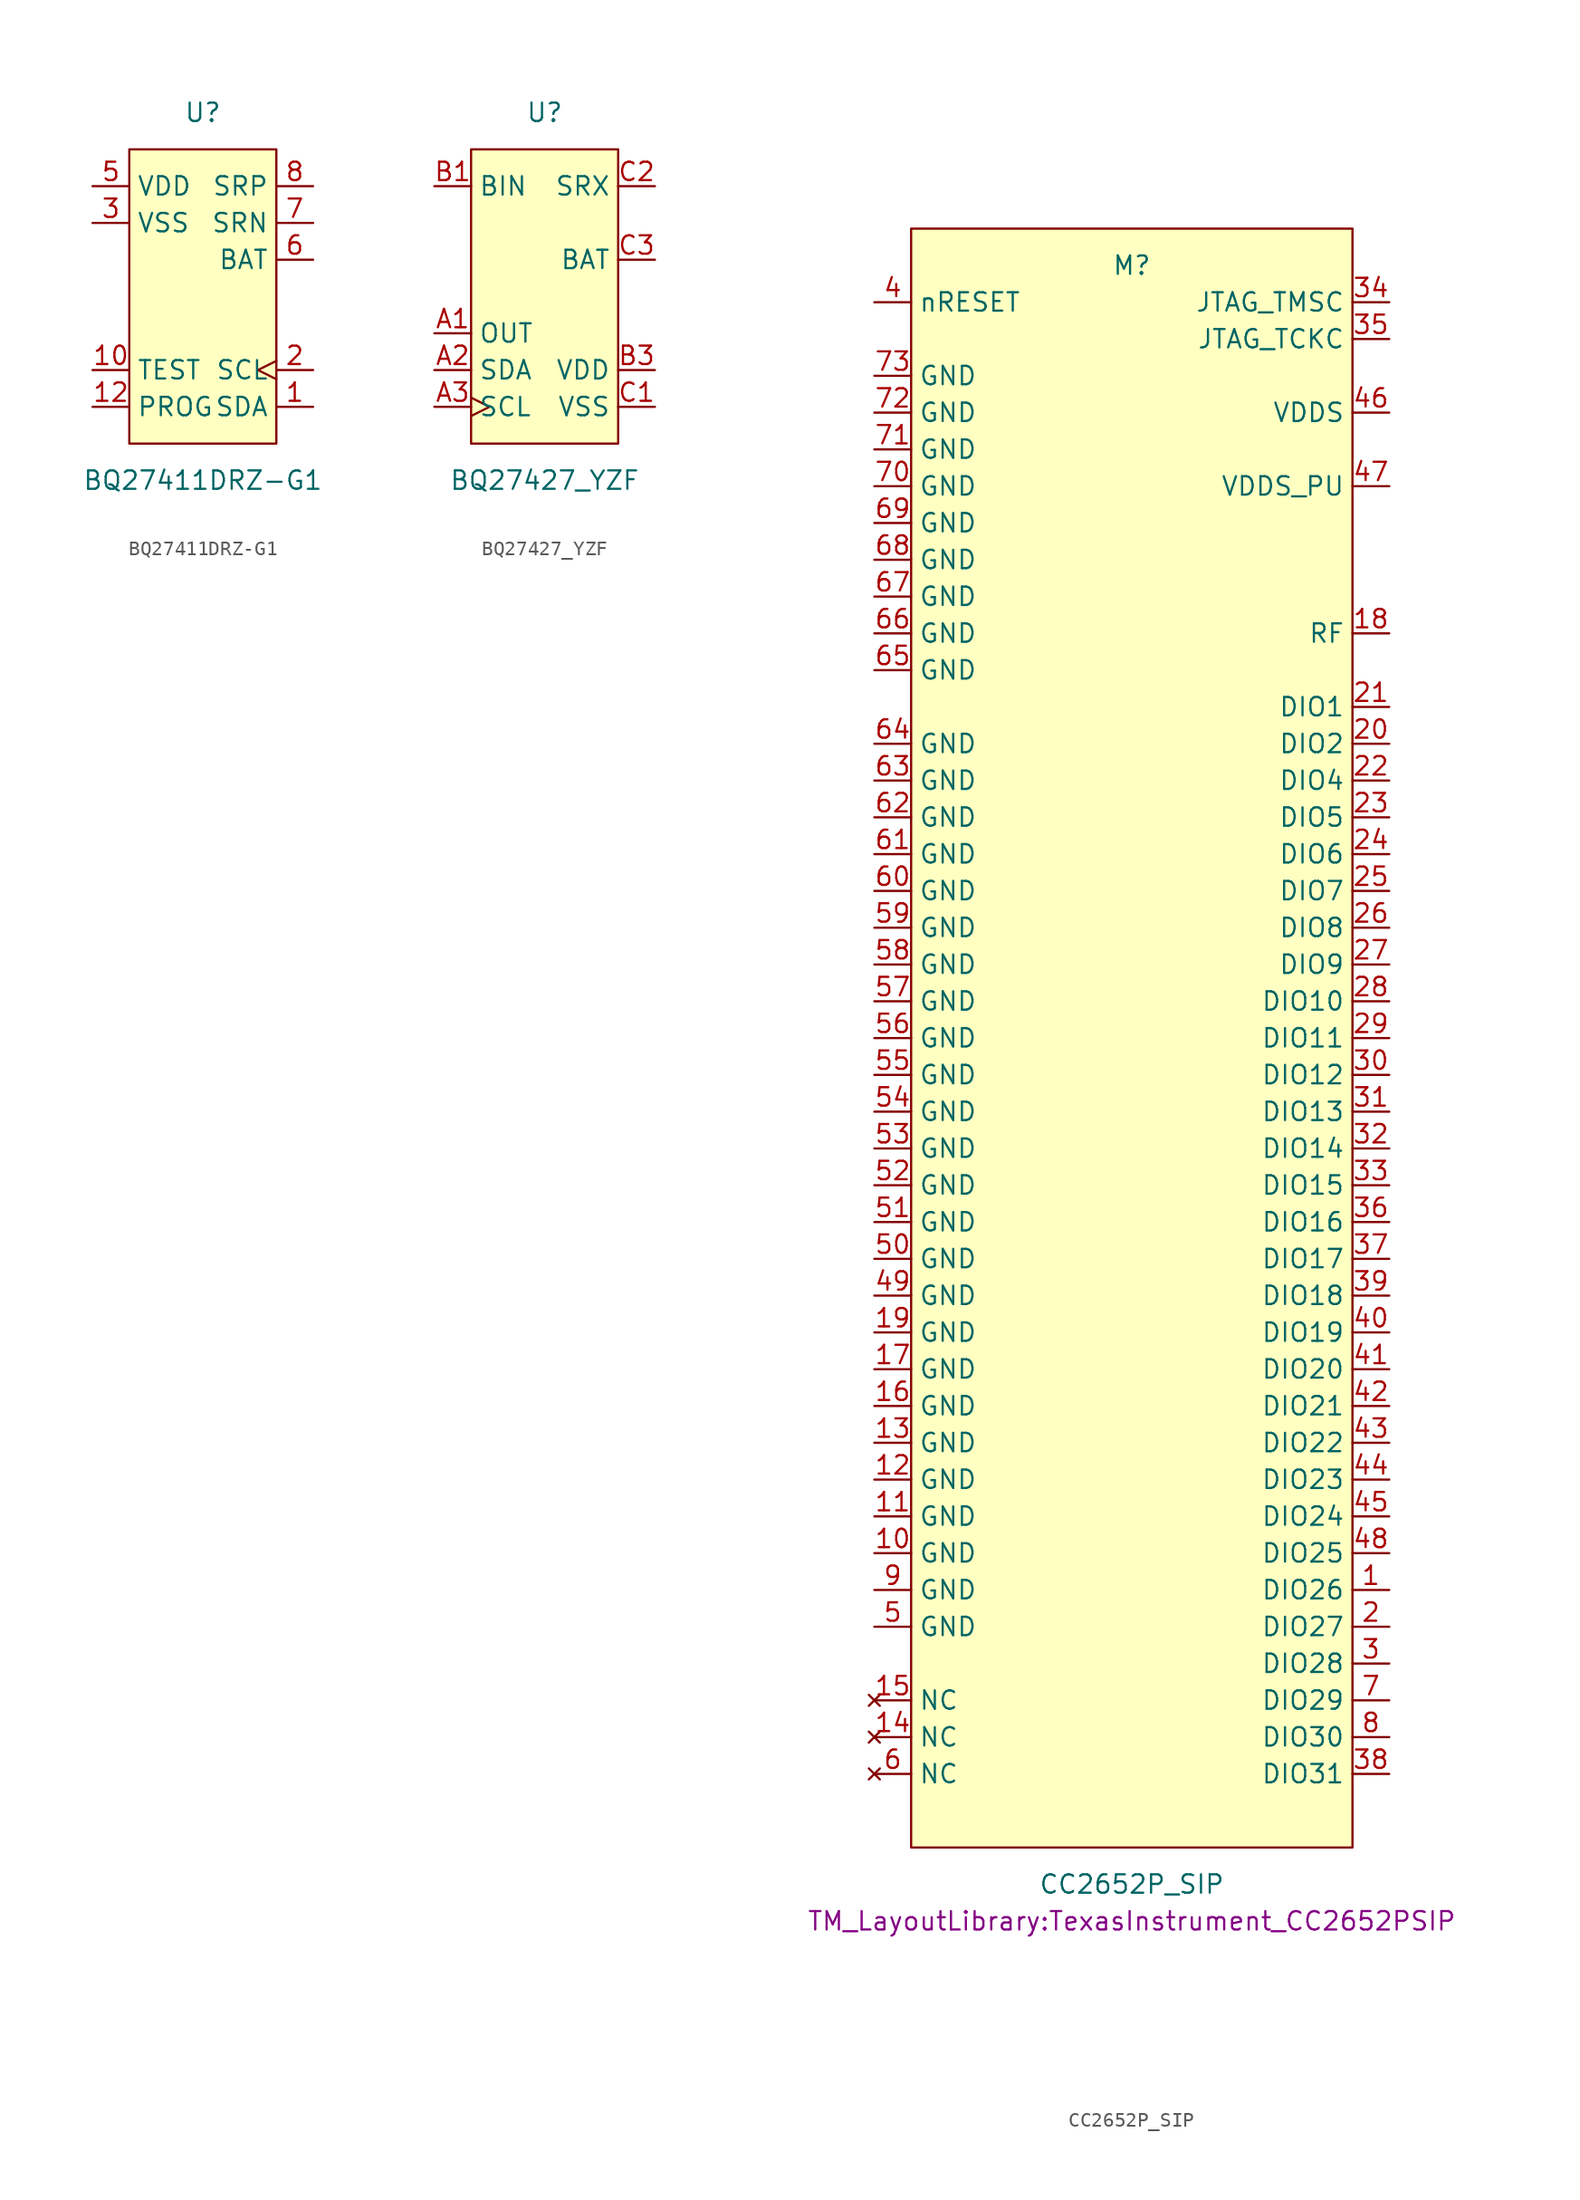
<source format=kicad_sym>
(kicad_symbol_lib
  (version 20211014)
  (generator kicad_symbol_editor)
  (symbol "BQ27411DRZ-G1"
    (property "Reference" "U"
      (at 0 12.7 0)
      (effects (font (size 1.27 1.27))))
    (property "Value" "BQ27411DRZ-G1"
      (at 0 -12.7 0)
      (effects (font (size 1.27 1.27))))
    (symbol "BQ27411DRZ-G1_0_0"
      (text "" (at 2.54 6.35 0) (effects (font (size 1.27 1.27)))))
    (symbol "BQ27411DRZ-G1_0_1"
      (rectangle (start -5.08 10.16) (end 5.08 -10.16) (stroke (width 0) (type default) (color 0 0 0 0)) (fill (type background))))
    (symbol "BQ27411DRZ-G1_1_1"
      (pin bidirectional line (at 7.62 -7.62 180) (length 2.54) (name "SDA" (effects (font (size 1.27 1.27)))) (number "1" (effects (font (size 1.27 1.27)))))
      (pin output line (at -7.62 -5.08 0) (length 2.54) (name "TEST" (effects (font (size 1.27 1.27)))) (number "10" (effects (font (size 1.27 1.27)))))
      (pin output line (at -7.62 -7.62 0) (length 2.54) (name "PROG" (effects (font (size 1.27 1.27)))) (number "12" (effects (font (size 1.27 1.27)))))
      (pin bidirectional clock (at 7.62 -5.08 180) (length 2.54) (name "SCL" (effects (font (size 1.27 1.27)))) (number "2" (effects (font (size 1.27 1.27)))))
      (pin passive line (at -7.62 5.08 0) (length 2.54) (name "VSS" (effects (font (size 1.27 1.27)))) (number "3" (effects (font (size 1.27 1.27)))))
      (pin power_out line (at -7.62 7.62 0) (length 2.54) (name "VDD" (effects (font (size 1.27 1.27)))) (number "5" (effects (font (size 1.27 1.27)))))
      (pin power_in line (at 7.62 2.54 180) (length 2.54) (name "BAT" (effects (font (size 1.27 1.27)))) (number "6" (effects (font (size 1.27 1.27)))))
      (pin bidirectional line (at 7.62 5.08 180) (length 2.54) (name "SRN" (effects (font (size 1.27 1.27)))) (number "7" (effects (font (size 1.27 1.27)))))
      (pin bidirectional line (at 7.62 7.62 180) (length 2.54) (name "SRP" (effects (font (size 1.27 1.27)))) (number "8" (effects (font (size 1.27 1.27)))))))
  (symbol "BQ27427_YZF"
    (property "Reference" "U"
      (at 0 12.7 0)
      (effects (font (size 1.27 1.27))))
    (property "Value" "BQ27427_YZF"
      (at 0 -12.7 0)
      (effects (font (size 1.27 1.27))))
    (symbol "BQ27427_YZF_0_0"
      (text "" (at 2.54 6.35 0) (effects (font (size 1.27 1.27)))))
    (symbol "BQ27427_YZF_0_1"
      (rectangle (start -5.08 10.16) (end 5.08 -10.16) (stroke (width 0) (type default) (color 0 0 0 0)) (fill (type background))))
    (symbol "BQ27427_YZF_1_1"
      (pin output line (at -7.62 -2.54 0) (length 2.54) (name "OUT" (effects (font (size 1.27 1.27)))) (number "A1" (effects (font (size 1.27 1.27)))))
      (pin bidirectional line (at -7.62 -5.08 0) (length 2.54) (name "SDA" (effects (font (size 1.27 1.27)))) (number "A2" (effects (font (size 1.27 1.27)))))
      (pin bidirectional clock (at -7.62 -7.62 0) (length 2.54) (name "SCL" (effects (font (size 1.27 1.27)))) (number "A3" (effects (font (size 1.27 1.27)))))
      (pin input line (at -7.62 7.62 0) (length 2.54) (name "BIN" (effects (font (size 1.27 1.27)))) (number "B1" (effects (font (size 1.27 1.27)))))
      (pin power_out line (at 7.62 -5.08 180) (length 2.54) (name "VDD" (effects (font (size 1.27 1.27)))) (number "B3" (effects (font (size 1.27 1.27)))))
      (pin passive line (at 7.62 -7.62 180) (length 2.54) (name "VSS" (effects (font (size 1.27 1.27)))) (number "C1" (effects (font (size 1.27 1.27)))))
      (pin power_out line (at 7.62 7.62 180) (length 2.54) (name "SRX" (effects (font (size 1.27 1.27)))) (number "C2" (effects (font (size 1.27 1.27)))))
      (pin power_in line (at 7.62 2.54 180) (length 2.54) (name "BAT" (effects (font (size 1.27 1.27)))) (number "C3" (effects (font (size 1.27 1.27)))))))
  (symbol "CC2652P_SIP"
    (property "Reference" "M"
      (at 0 53.34 0)
      (effects (font (size 1.27 1.27))))
    (property "Value" "CC2652P_SIP"
      (at 0 -58.42 0)
      (effects (font (size 1.27 1.27))))
    (property "Footprint" "TM_LayoutLibrary:TexasInstrument_CC2652PSIP"
      (at 0 -60.96 0)
      (effects (font (size 1.27 1.27))))
    (symbol "CC2652P_SIP_0_1"
      (rectangle (start -15.24 55.88) (end 15.24 -55.88) (stroke (width 0) (type default) (color 0 0 0 0)) (fill (type background))))
    (symbol "CC2652P_SIP_1_1"
      (pin bidirectional line (at 17.78 -38.1 180) (length 2.54) (name "DIO26" (effects (font (size 1.27 1.27)))) (number "1" (effects (font (size 1.27 1.27)))))
      (pin passive line (at -17.78 -35.56 0) (length 2.54) (name "GND" (effects (font (size 1.27 1.27)))) (number "10" (effects (font (size 1.27 1.27)))))
      (pin passive line (at -17.78 -33.02 0) (length 2.54) (name "GND" (effects (font (size 1.27 1.27)))) (number "11" (effects (font (size 1.27 1.27)))))
      (pin passive line (at -17.78 -30.48 0) (length 2.54) (name "GND" (effects (font (size 1.27 1.27)))) (number "12" (effects (font (size 1.27 1.27)))))
      (pin passive line (at -17.78 -27.94 0) (length 2.54) (name "GND" (effects (font (size 1.27 1.27)))) (number "13" (effects (font (size 1.27 1.27)))))
      (pin no_connect line (at -17.78 -48.26 0) (length 2.54) (name "NC" (effects (font (size 1.27 1.27)))) (number "14" (effects (font (size 1.27 1.27)))))
      (pin no_connect line (at -17.78 -45.72 0) (length 2.54) (name "NC" (effects (font (size 1.27 1.27)))) (number "15" (effects (font (size 1.27 1.27)))))
      (pin passive line (at -17.78 -25.4 0) (length 2.54) (name "GND" (effects (font (size 1.27 1.27)))) (number "16" (effects (font (size 1.27 1.27)))))
      (pin passive line (at -17.78 -22.86 0) (length 2.54) (name "GND" (effects (font (size 1.27 1.27)))) (number "17" (effects (font (size 1.27 1.27)))))
      (pin bidirectional line (at 17.78 27.94 180) (length 2.54) (name "RF" (effects (font (size 1.27 1.27)))) (number "18" (effects (font (size 1.27 1.27)))))
      (pin passive line (at -17.78 -20.32 0) (length 2.54) (name "GND" (effects (font (size 1.27 1.27)))) (number "19" (effects (font (size 1.27 1.27)))))
      (pin bidirectional line (at 17.78 -40.64 180) (length 2.54) (name "DIO27" (effects (font (size 1.27 1.27)))) (number "2" (effects (font (size 1.27 1.27)))))
      (pin bidirectional line (at 17.78 20.32 180) (length 2.54) (name "DIO2" (effects (font (size 1.27 1.27)))) (number "20" (effects (font (size 1.27 1.27)))))
      (pin bidirectional line (at 17.78 22.86 180) (length 2.54) (name "DIO1" (effects (font (size 1.27 1.27)))) (number "21" (effects (font (size 1.27 1.27)))))
      (pin bidirectional line (at 17.78 17.78 180) (length 2.54) (name "DIO4" (effects (font (size 1.27 1.27)))) (number "22" (effects (font (size 1.27 1.27)))))
      (pin bidirectional line (at 17.78 15.24 180) (length 2.54) (name "DIO5" (effects (font (size 1.27 1.27)))) (number "23" (effects (font (size 1.27 1.27)))))
      (pin bidirectional line (at 17.78 12.7 180) (length 2.54) (name "DIO6" (effects (font (size 1.27 1.27)))) (number "24" (effects (font (size 1.27 1.27)))))
      (pin bidirectional line (at 17.78 10.16 180) (length 2.54) (name "DIO7" (effects (font (size 1.27 1.27)))) (number "25" (effects (font (size 1.27 1.27)))))
      (pin bidirectional line (at 17.78 7.62 180) (length 2.54) (name "DIO8" (effects (font (size 1.27 1.27)))) (number "26" (effects (font (size 1.27 1.27)))))
      (pin bidirectional line (at 17.78 5.08 180) (length 2.54) (name "DIO9" (effects (font (size 1.27 1.27)))) (number "27" (effects (font (size 1.27 1.27)))))
      (pin bidirectional line (at 17.78 2.54 180) (length 2.54) (name "DIO10" (effects (font (size 1.27 1.27)))) (number "28" (effects (font (size 1.27 1.27)))))
      (pin bidirectional line (at 17.78 0 180) (length 2.54) (name "DIO11" (effects (font (size 1.27 1.27)))) (number "29" (effects (font (size 1.27 1.27)))))
      (pin bidirectional line (at 17.78 -43.18 180) (length 2.54) (name "DIO28" (effects (font (size 1.27 1.27)))) (number "3" (effects (font (size 1.27 1.27)))))
      (pin bidirectional line (at 17.78 -2.54 180) (length 2.54) (name "DIO12" (effects (font (size 1.27 1.27)))) (number "30" (effects (font (size 1.27 1.27)))))
      (pin bidirectional line (at 17.78 -5.08 180) (length 2.54) (name "DIO13" (effects (font (size 1.27 1.27)))) (number "31" (effects (font (size 1.27 1.27)))))
      (pin bidirectional line (at 17.78 -7.62 180) (length 2.54) (name "DIO14" (effects (font (size 1.27 1.27)))) (number "32" (effects (font (size 1.27 1.27)))))
      (pin bidirectional line (at 17.78 -10.16 180) (length 2.54) (name "DIO15" (effects (font (size 1.27 1.27)))) (number "33" (effects (font (size 1.27 1.27)))))
      (pin bidirectional line (at 17.78 50.8 180) (length 2.54) (name "JTAG_TMSC" (effects (font (size 1.27 1.27)))) (number "34" (effects (font (size 1.27 1.27)))))
      (pin bidirectional line (at 17.78 48.26 180) (length 2.54) (name "JTAG_TCKC" (effects (font (size 1.27 1.27)))) (number "35" (effects (font (size 1.27 1.27)))))
      (pin bidirectional line (at 17.78 -12.7 180) (length 2.54) (name "DIO16" (effects (font (size 1.27 1.27)))) (number "36" (effects (font (size 1.27 1.27)))))
      (pin bidirectional line (at 17.78 -15.24 180) (length 2.54) (name "DIO17" (effects (font (size 1.27 1.27)))) (number "37" (effects (font (size 1.27 1.27)))))
      (pin bidirectional line (at 17.78 -50.8 180) (length 2.54) (name "DIO31" (effects (font (size 1.27 1.27)))) (number "38" (effects (font (size 1.27 1.27)))))
      (pin bidirectional line (at 17.78 -17.78 180) (length 2.54) (name "DIO18" (effects (font (size 1.27 1.27)))) (number "39" (effects (font (size 1.27 1.27)))))
      (pin input line (at -17.78 50.8 0) (length 2.54) (name "nRESET" (effects (font (size 1.27 1.27)))) (number "4" (effects (font (size 1.27 1.27)))))
      (pin bidirectional line (at 17.78 -20.32 180) (length 2.54) (name "DIO19" (effects (font (size 1.27 1.27)))) (number "40" (effects (font (size 1.27 1.27)))))
      (pin bidirectional line (at 17.78 -22.86 180) (length 2.54) (name "DIO20" (effects (font (size 1.27 1.27)))) (number "41" (effects (font (size 1.27 1.27)))))
      (pin bidirectional line (at 17.78 -25.4 180) (length 2.54) (name "DIO21" (effects (font (size 1.27 1.27)))) (number "42" (effects (font (size 1.27 1.27)))))
      (pin bidirectional line (at 17.78 -27.94 180) (length 2.54) (name "DIO22" (effects (font (size 1.27 1.27)))) (number "43" (effects (font (size 1.27 1.27)))))
      (pin bidirectional line (at 17.78 -30.48 180) (length 2.54) (name "DIO23" (effects (font (size 1.27 1.27)))) (number "44" (effects (font (size 1.27 1.27)))))
      (pin bidirectional line (at 17.78 -33.02 180) (length 2.54) (name "DIO24" (effects (font (size 1.27 1.27)))) (number "45" (effects (font (size 1.27 1.27)))))
      (pin power_in line (at 17.78 43.18 180) (length 2.54) (name "VDDS" (effects (font (size 1.27 1.27)))) (number "46" (effects (font (size 1.27 1.27)))))
      (pin power_in line (at 17.78 38.1 180) (length 2.54) (name "VDDS_PU" (effects (font (size 1.27 1.27)))) (number "47" (effects (font (size 1.27 1.27)))))
      (pin bidirectional line (at 17.78 -35.56 180) (length 2.54) (name "DIO25" (effects (font (size 1.27 1.27)))) (number "48" (effects (font (size 1.27 1.27)))))
      (pin passive line (at -17.78 -17.78 0) (length 2.54) (name "GND" (effects (font (size 1.27 1.27)))) (number "49" (effects (font (size 1.27 1.27)))))
      (pin passive line (at -17.78 -40.64 0) (length 2.54) (name "GND" (effects (font (size 1.27 1.27)))) (number "5" (effects (font (size 1.27 1.27)))))
      (pin passive line (at -17.78 -15.24 0) (length 2.54) (name "GND" (effects (font (size 1.27 1.27)))) (number "50" (effects (font (size 1.27 1.27)))))
      (pin passive line (at -17.78 -12.7 0) (length 2.54) (name "GND" (effects (font (size 1.27 1.27)))) (number "51" (effects (font (size 1.27 1.27)))))
      (pin passive line (at -17.78 -10.16 0) (length 2.54) (name "GND" (effects (font (size 1.27 1.27)))) (number "52" (effects (font (size 1.27 1.27)))))
      (pin passive line (at -17.78 -7.62 0) (length 2.54) (name "GND" (effects (font (size 1.27 1.27)))) (number "53" (effects (font (size 1.27 1.27)))))
      (pin passive line (at -17.78 -5.08 0) (length 2.54) (name "GND" (effects (font (size 1.27 1.27)))) (number "54" (effects (font (size 1.27 1.27)))))
      (pin passive line (at -17.78 -2.54 0) (length 2.54) (name "GND" (effects (font (size 1.27 1.27)))) (number "55" (effects (font (size 1.27 1.27)))))
      (pin passive line (at -17.78 0 0) (length 2.54) (name "GND" (effects (font (size 1.27 1.27)))) (number "56" (effects (font (size 1.27 1.27)))))
      (pin passive line (at -17.78 2.54 0) (length 2.54) (name "GND" (effects (font (size 1.27 1.27)))) (number "57" (effects (font (size 1.27 1.27)))))
      (pin passive line (at -17.78 5.08 0) (length 2.54) (name "GND" (effects (font (size 1.27 1.27)))) (number "58" (effects (font (size 1.27 1.27)))))
      (pin passive line (at -17.78 7.62 0) (length 2.54) (name "GND" (effects (font (size 1.27 1.27)))) (number "59" (effects (font (size 1.27 1.27)))))
      (pin no_connect line (at -17.78 -50.8 0) (length 2.54) (name "NC" (effects (font (size 1.27 1.27)))) (number "6" (effects (font (size 1.27 1.27)))))
      (pin passive line (at -17.78 10.16 0) (length 2.54) (name "GND" (effects (font (size 1.27 1.27)))) (number "60" (effects (font (size 1.27 1.27)))))
      (pin passive line (at -17.78 12.7 0) (length 2.54) (name "GND" (effects (font (size 1.27 1.27)))) (number "61" (effects (font (size 1.27 1.27)))))
      (pin passive line (at -17.78 15.24 0) (length 2.54) (name "GND" (effects (font (size 1.27 1.27)))) (number "62" (effects (font (size 1.27 1.27)))))
      (pin passive line (at -17.78 17.78 0) (length 2.54) (name "GND" (effects (font (size 1.27 1.27)))) (number "63" (effects (font (size 1.27 1.27)))))
      (pin passive line (at -17.78 20.32 0) (length 2.54) (name "GND" (effects (font (size 1.27 1.27)))) (number "64" (effects (font (size 1.27 1.27)))))
      (pin passive line (at -17.78 25.4 0) (length 2.54) (name "GND" (effects (font (size 1.27 1.27)))) (number "65" (effects (font (size 1.27 1.27)))))
      (pin passive line (at -17.78 27.94 0) (length 2.54) (name "GND" (effects (font (size 1.27 1.27)))) (number "66" (effects (font (size 1.27 1.27)))))
      (pin passive line (at -17.78 30.48 0) (length 2.54) (name "GND" (effects (font (size 1.27 1.27)))) (number "67" (effects (font (size 1.27 1.27)))))
      (pin passive line (at -17.78 33.02 0) (length 2.54) (name "GND" (effects (font (size 1.27 1.27)))) (number "68" (effects (font (size 1.27 1.27)))))
      (pin passive line (at -17.78 35.56 0) (length 2.54) (name "GND" (effects (font (size 1.27 1.27)))) (number "69" (effects (font (size 1.27 1.27)))))
      (pin bidirectional line (at 17.78 -45.72 180) (length 2.54) (name "DIO29" (effects (font (size 1.27 1.27)))) (number "7" (effects (font (size 1.27 1.27)))))
      (pin passive line (at -17.78 38.1 0) (length 2.54) (name "GND" (effects (font (size 1.27 1.27)))) (number "70" (effects (font (size 1.27 1.27)))))
      (pin passive line (at -17.78 40.64 0) (length 2.54) (name "GND" (effects (font (size 1.27 1.27)))) (number "71" (effects (font (size 1.27 1.27)))))
      (pin passive line (at -17.78 43.18 0) (length 2.54) (name "GND" (effects (font (size 1.27 1.27)))) (number "72" (effects (font (size 1.27 1.27)))))
      (pin passive line (at -17.78 45.72 0) (length 2.54) (name "GND" (effects (font (size 1.27 1.27)))) (number "73" (effects (font (size 1.27 1.27)))))
      (pin bidirectional line (at 17.78 -48.26 180) (length 2.54) (name "DIO30" (effects (font (size 1.27 1.27)))) (number "8" (effects (font (size 1.27 1.27)))))
      (pin passive line (at -17.78 -38.1 0) (length 2.54) (name "GND" (effects (font (size 1.27 1.27)))) (number "9" (effects (font (size 1.27 1.27))))))))
</source>
